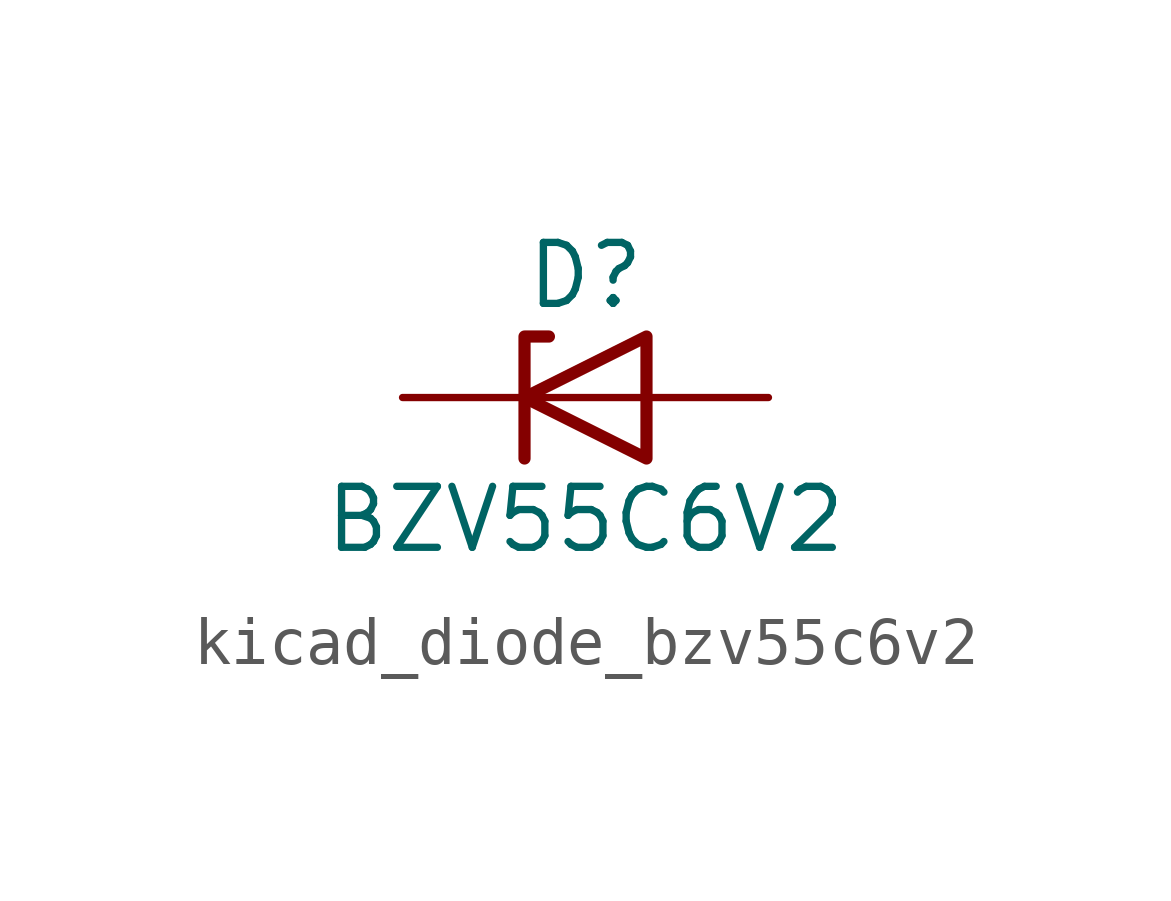
<source format=kicad_sym>
(kicad_symbol_lib
  (version 20220914)
  (generator kicad_symbol_editor)
  (symbol "kicad_diode_bzv55c6v2"
    (pin_numbers hide)
    (pin_names hide)
    (property "Reference" "D"
      (at 0 2.54 0)
      (effects (font (size 1.27 1.27))))
    (property "Value" "BZV55C6V2"
      (at 0 -2.54 0)
      (effects (font (size 1.27 1.27))))
    (symbol "kicad_diode_bzv55c6v2_0_1"
      (polyline (pts (xy 1.27 0) (xy -1.27 0)) (stroke (width 0) (type default)) (fill (type none)))
      (polyline (pts (xy -1.27 -1.27) (xy -1.27 1.27) (xy -0.762 1.27)) (stroke (width 0.254) (type default)) (fill (type none)))
      (polyline (pts (xy 1.27 -1.27) (xy 1.27 1.27) (xy -1.27 0) (xy 1.27 -1.27)) (stroke (width 0.254) (type default)) (fill (type none))))
    (symbol "kicad_diode_bzv55c6v2_1_1"
      (pin passive line (at -3.81 0 0) (length 2.54) (name "K" (effects (font (size 1.27 1.27)))) (number "1" (effects (font (size 1.27 1.27)))))
      (pin passive line (at 3.81 0 180) (length 2.54) (name "A" (effects (font (size 1.27 1.27)))) (number "2" (effects (font (size 1.27 1.27))))))))
</source>
